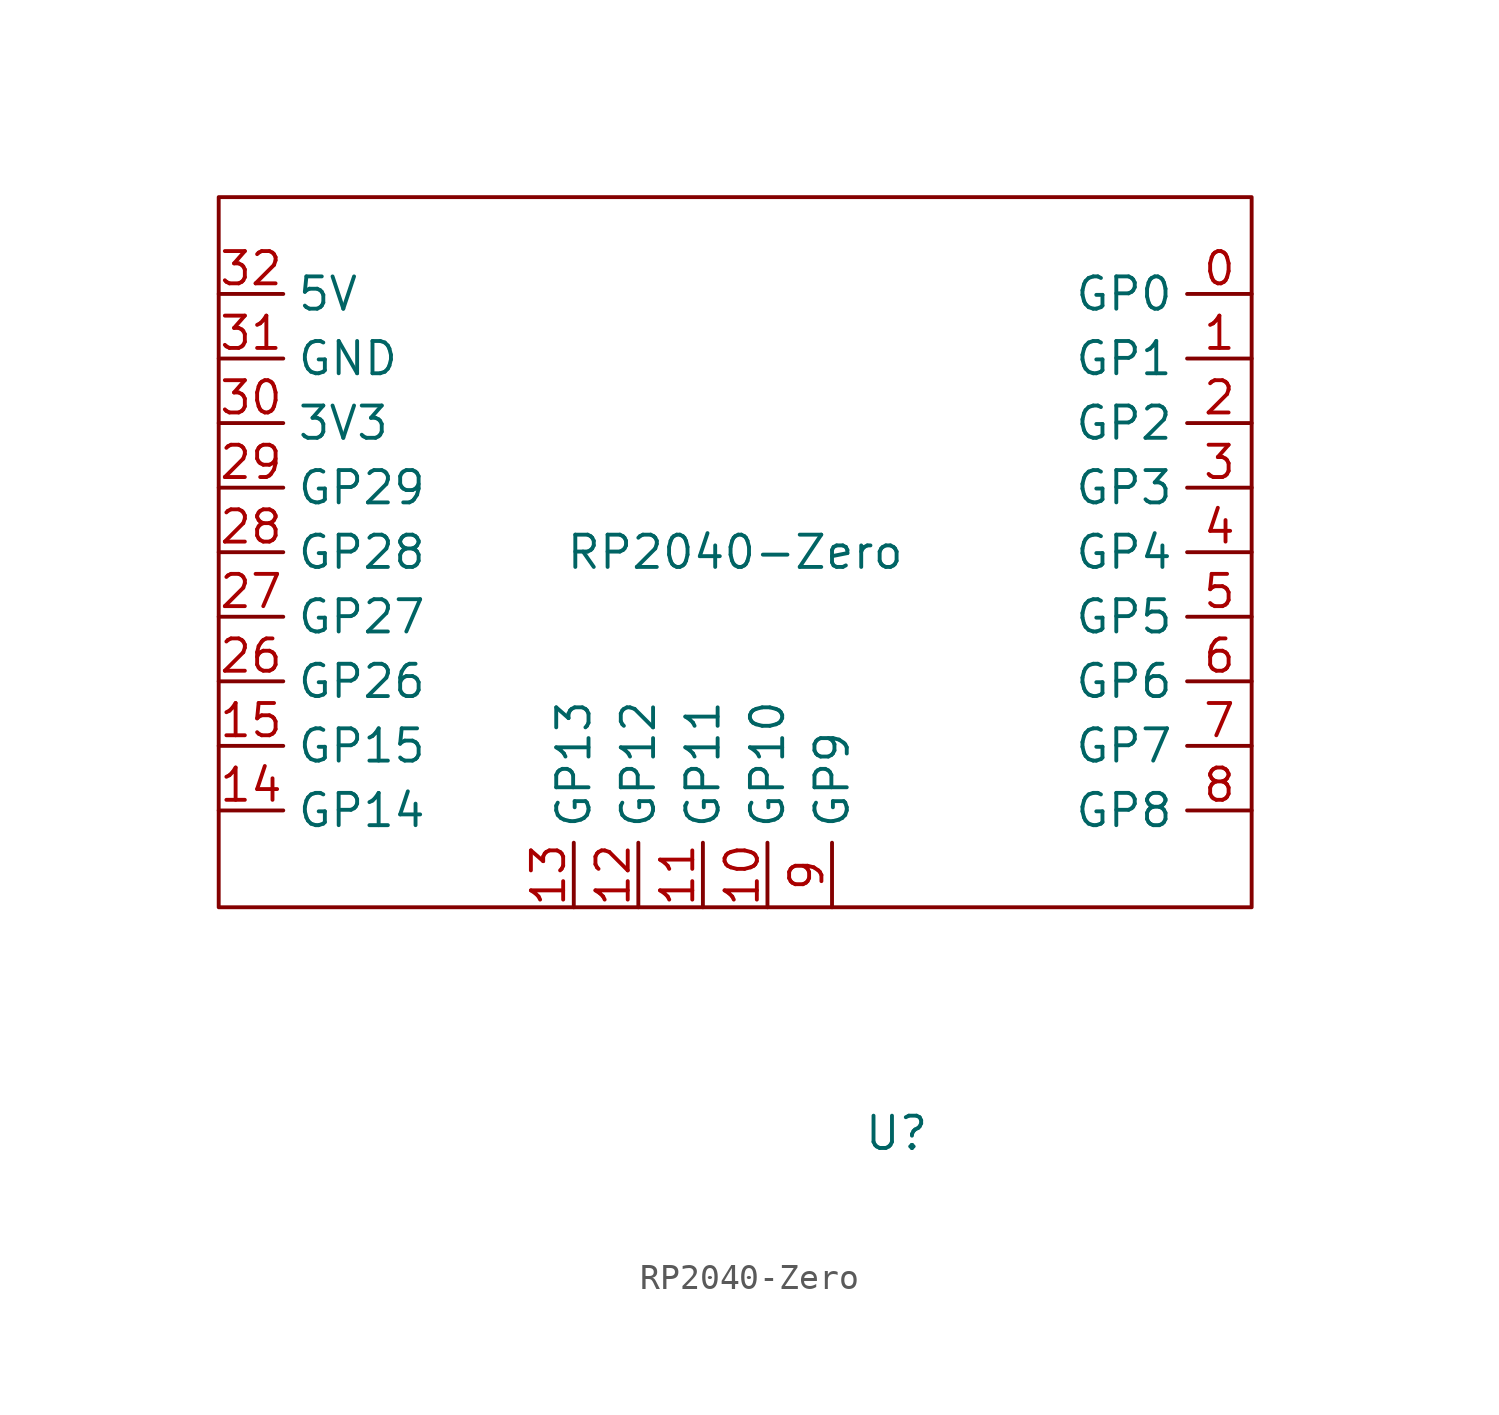
<source format=kicad_sym>
(kicad_symbol_lib
  (version 20211014)
  (generator kicad_symbol_editor)
  (symbol "RP2040-Zero"
    (property "Reference" "U"
      (at 0 0 0)
      (effects (font (size 1.27 1.27))))
    (property "Value" "RP2040-Zero"
      (at -6.35 22.86 0)
      (effects (font (size 1.27 1.27))))
    (symbol "RP2040-Zero_0_0"
      (text "" (at 13.97 13.97 0) (effects (font (size 1.27 1.27))))
      (text "" (at 15.24 21.59 0) (effects (font (size 1.27 1.27)))))
    (symbol "RP2040-Zero_0_1"
      (rectangle (start -26.67 36.83) (end 13.97 8.89) (stroke (width 0) (type default) (color 0 0 0 0)) (fill (type none))))
    (symbol "RP2040-Zero_1_1"
      (pin bidirectional line (at 13.97 33.02 180) (length 2.54) (name "GP0" (effects (font (size 1.27 1.27)))) (number "0" (effects (font (size 1.27 1.27)))))
      (pin bidirectional line (at 13.97 30.48 180) (length 2.54) (name "GP1" (effects (font (size 1.27 1.27)))) (number "1" (effects (font (size 1.27 1.27)))))
      (pin bidirectional line (at -5.08 8.89 90) (length 2.54) (name "GP10" (effects (font (size 1.27 1.27)))) (number "10" (effects (font (size 1.27 1.27)))))
      (pin bidirectional line (at -7.62 8.89 90) (length 2.54) (name "GP11" (effects (font (size 1.27 1.27)))) (number "11" (effects (font (size 1.27 1.27)))))
      (pin bidirectional line (at -10.16 8.89 90) (length 2.54) (name "GP12" (effects (font (size 1.27 1.27)))) (number "12" (effects (font (size 1.27 1.27)))))
      (pin bidirectional line (at -12.7 8.89 90) (length 2.54) (name "GP13" (effects (font (size 1.27 1.27)))) (number "13" (effects (font (size 1.27 1.27)))))
      (pin bidirectional line (at -26.67 12.7 0) (length 2.54) (name "GP14" (effects (font (size 1.27 1.27)))) (number "14" (effects (font (size 1.27 1.27)))))
      (pin bidirectional line (at -26.67 15.24 0) (length 2.54) (name "GP15" (effects (font (size 1.27 1.27)))) (number "15" (effects (font (size 1.27 1.27)))))
      (pin bidirectional line (at 13.97 27.94 180) (length 2.54) (name "GP2" (effects (font (size 1.27 1.27)))) (number "2" (effects (font (size 1.27 1.27)))))
      (pin bidirectional line (at -26.67 17.78 0) (length 2.54) (name "GP26" (effects (font (size 1.27 1.27)))) (number "26" (effects (font (size 1.27 1.27)))))
      (pin bidirectional line (at -26.67 20.32 0) (length 2.54) (name "GP27" (effects (font (size 1.27 1.27)))) (number "27" (effects (font (size 1.27 1.27)))))
      (pin bidirectional line (at -26.67 22.86 0) (length 2.54) (name "GP28" (effects (font (size 1.27 1.27)))) (number "28" (effects (font (size 1.27 1.27)))))
      (pin bidirectional line (at -26.67 25.4 0) (length 2.54) (name "GP29" (effects (font (size 1.27 1.27)))) (number "29" (effects (font (size 1.27 1.27)))))
      (pin bidirectional line (at 13.97 25.4 180) (length 2.54) (name "GP3" (effects (font (size 1.27 1.27)))) (number "3" (effects (font (size 1.27 1.27)))))
      (pin power_out line (at -26.67 27.94 0) (length 2.54) (name "3V3" (effects (font (size 1.27 1.27)))) (number "30" (effects (font (size 1.27 1.27)))))
      (pin passive line (at -26.67 30.48 0) (length 2.54) (name "GND" (effects (font (size 1.27 1.27)))) (number "31" (effects (font (size 1.27 1.27)))))
      (pin power_out line (at -26.67 33.02 0) (length 2.54) (name "5V" (effects (font (size 1.27 1.27)))) (number "32" (effects (font (size 1.27 1.27)))))
      (pin bidirectional line (at 13.97 22.86 180) (length 2.54) (name "GP4" (effects (font (size 1.27 1.27)))) (number "4" (effects (font (size 1.27 1.27)))))
      (pin bidirectional line (at 13.97 20.32 180) (length 2.54) (name "GP5" (effects (font (size 1.27 1.27)))) (number "5" (effects (font (size 1.27 1.27)))))
      (pin bidirectional line (at 13.97 17.78 180) (length 2.54) (name "GP6" (effects (font (size 1.27 1.27)))) (number "6" (effects (font (size 1.27 1.27)))))
      (pin bidirectional line (at 13.97 15.24 180) (length 2.54) (name "GP7" (effects (font (size 1.27 1.27)))) (number "7" (effects (font (size 1.27 1.27)))))
      (pin bidirectional line (at 13.97 12.7 180) (length 2.54) (name "GP8" (effects (font (size 1.27 1.27)))) (number "8" (effects (font (size 1.27 1.27)))))
      (pin bidirectional line (at -2.54 8.89 90) (length 2.54) (name "GP9" (effects (font (size 1.27 1.27)))) (number "9" (effects (font (size 1.27 1.27))))))))
</source>
